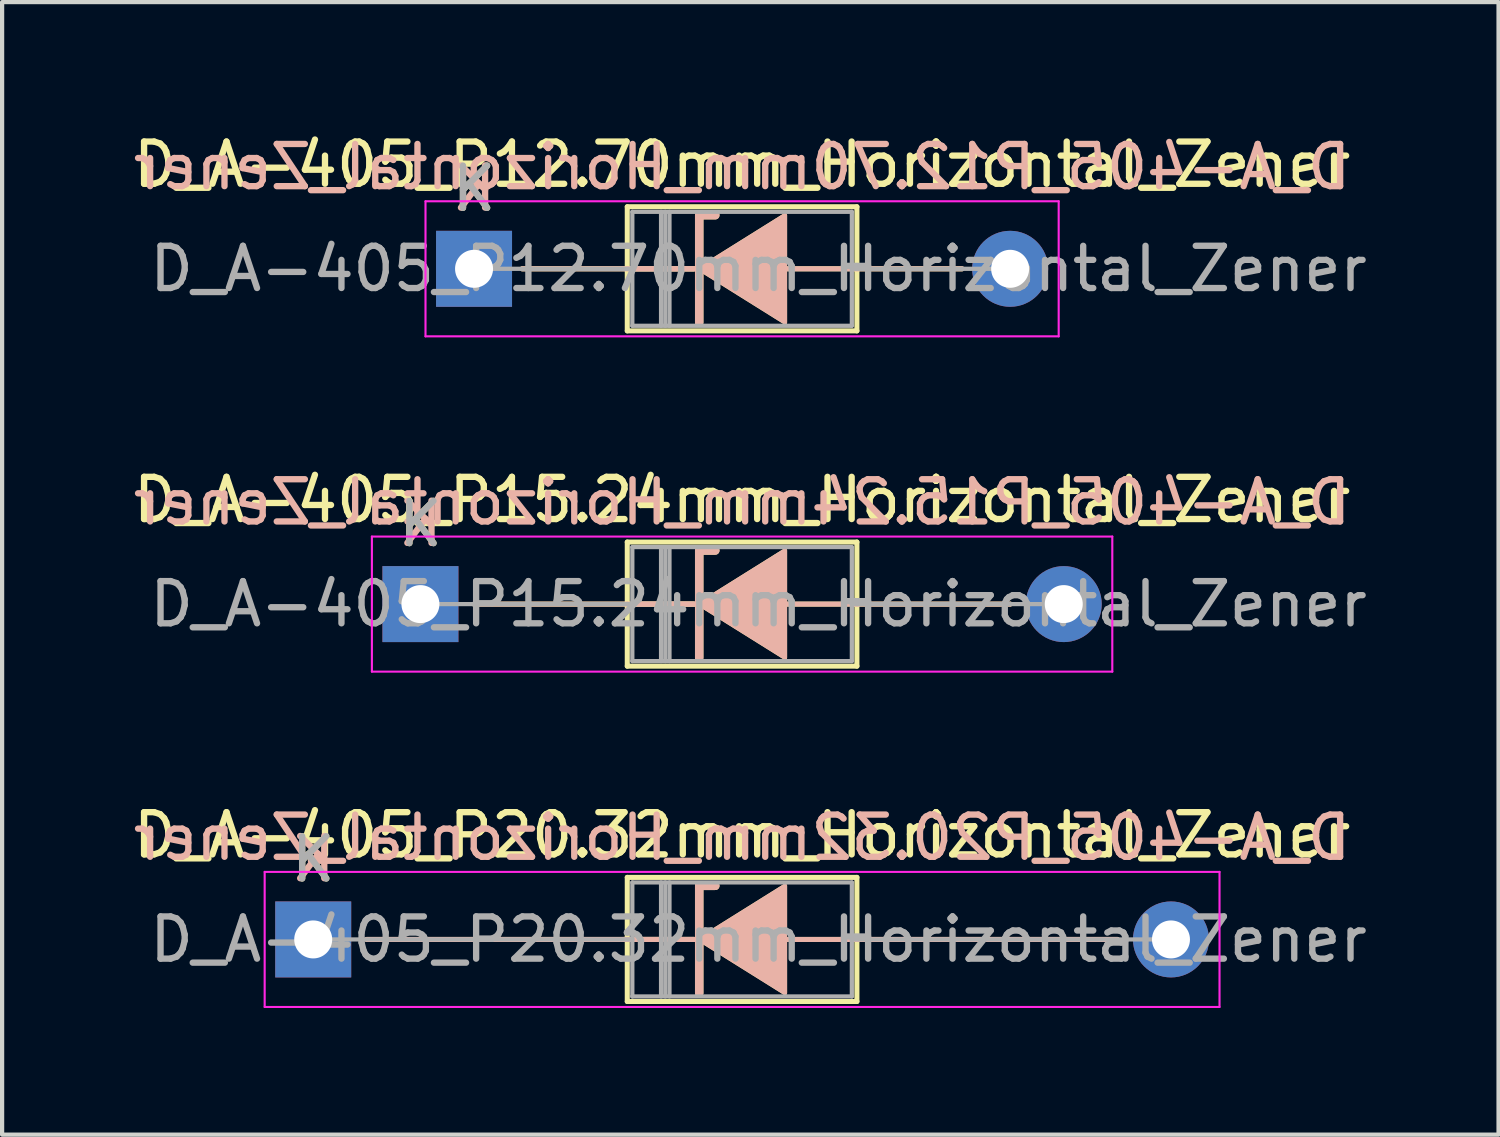
<source format=kicad_pcb>
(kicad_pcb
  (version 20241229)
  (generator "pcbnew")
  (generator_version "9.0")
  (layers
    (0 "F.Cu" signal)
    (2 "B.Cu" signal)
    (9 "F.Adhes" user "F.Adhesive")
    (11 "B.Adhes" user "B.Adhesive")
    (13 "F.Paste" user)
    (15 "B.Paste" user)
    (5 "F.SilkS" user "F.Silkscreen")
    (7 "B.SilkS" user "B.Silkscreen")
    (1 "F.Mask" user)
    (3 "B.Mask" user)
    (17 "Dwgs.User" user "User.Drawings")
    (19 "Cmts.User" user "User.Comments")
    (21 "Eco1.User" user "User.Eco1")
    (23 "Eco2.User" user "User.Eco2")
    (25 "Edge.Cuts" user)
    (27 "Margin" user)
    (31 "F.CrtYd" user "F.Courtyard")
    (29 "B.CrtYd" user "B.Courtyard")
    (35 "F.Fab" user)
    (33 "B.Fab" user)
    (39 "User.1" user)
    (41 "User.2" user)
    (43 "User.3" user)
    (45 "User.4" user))
  (footprint "D_A-405_P20.32mm_Horizontal_Zener"
    (layer "F.Cu")
    (at 4.37 19.205)
    (property "Reference" "D_A-405_P20.32mm_Horizontal_Zener" (at 10.16 -2.47 0) (layer "F.SilkS") (effects (font (size 1 1) (thickness 0.15))))
    (fp_line (start 1.27 0) (end 7.44 0) (stroke (width 0.12) (type solid)) (layer "F.SilkS"))
    (fp_line (start 7.44 -1.47) (end 7.44 1.47) (stroke (width 0.12) (type solid)) (layer "F.SilkS"))
    (fp_line (start 7.44 1.47) (end 12.88 1.47) (stroke (width 0.12) (type solid)) (layer "F.SilkS"))
    (fp_line (start 7.61 0) (end 9.144 0) (stroke (width 0.12) (type solid)) (layer "F.SilkS"))
    (fp_line (start 9.01 0) (end 7.366 0) (stroke (width 0.12) (type solid)) (layer "F.SilkS"))
    (fp_line (start 9.144 -1.27) (end 9.144 1.27) (stroke (width 0.2) (type solid)) (layer "F.SilkS"))
    (fp_line (start 9.144 -1.27) (end 9.525 -1.27) (stroke (width 0.2) (type solid)) (layer "F.SilkS"))
    (fp_line (start 12.88 -1.47) (end 7.44 -1.47) (stroke (width 0.12) (type solid)) (layer "F.SilkS"))
    (fp_line (start 12.88 0) (end 11.239 0) (stroke (width 0.12) (type solid)) (layer "F.SilkS"))
    (fp_line (start 12.88 1.47) (end 12.88 -1.47) (stroke (width 0.12) (type solid)) (layer "F.SilkS"))
    (fp_line (start 19.05 0) (end 12.88 0) (stroke (width 0.12) (type solid)) (layer "F.SilkS"))
    (fp_poly (pts (xy 11.176 1.27) (xy 9.144 0) (xy 11.176 -1.27)) (stroke (width 0.1) (type solid)) (fill yes) (layer "F.SilkS"))
    (fp_line (start 1.27 0) (end 7.44 0) (stroke (width 0.12) (type solid)) (layer "B.SilkS"))
    (fp_line (start 7.61 0) (end 9.144 0) (stroke (width 0.12) (type solid)) (layer "B.SilkS"))
    (fp_line (start 9.01 0) (end 7.366 0) (stroke (width 0.12) (type solid)) (layer "B.SilkS"))
    (fp_line (start 9.144 -1.27) (end 9.525 -1.27) (stroke (width 0.2) (type solid)) (layer "B.SilkS"))
    (fp_line (start 9.144 1.27) (end 9.144 -1.27) (stroke (width 0.2) (type solid)) (layer "B.SilkS"))
    (fp_line (start 12.88 0) (end 11.239 0) (stroke (width 0.12) (type solid)) (layer "B.SilkS"))
    (fp_line (start 19.05 0) (end 12.88 0) (stroke (width 0.12) (type solid)) (layer "B.SilkS"))
    (fp_poly (pts (xy 11.176 -1.27) (xy 9.144 0) (xy 11.176 1.27)) (stroke (width 0.1) (type solid)) (fill yes) (layer "B.SilkS"))
    (fp_line (start -1.15 -1.6) (end -1.15 1.6) (stroke (width 0.05) (type solid)) (layer "F.CrtYd"))
    (fp_line (start -1.15 1.6) (end 21.47 1.6) (stroke (width 0.05) (type solid)) (layer "F.CrtYd"))
    (fp_line (start 21.47 -1.6) (end -1.15 -1.6) (stroke (width 0.05) (type solid)) (layer "F.CrtYd"))
    (fp_line (start 21.47 1.6) (end 21.47 -1.6) (stroke (width 0.05) (type solid)) (layer "F.CrtYd"))
    (fp_line (start 0 0) (end 7.56 0) (stroke (width 0.1) (type solid)) (layer "F.Fab"))
    (fp_line (start 7.56 -1.35) (end 7.56 1.35) (stroke (width 0.1) (type solid)) (layer "F.Fab"))
    (fp_line (start 7.56 1.35) (end 12.76 1.35) (stroke (width 0.1) (type solid)) (layer "F.Fab"))
    (fp_line (start 8.24 -1.35) (end 8.24 1.35) (stroke (width 0.1) (type solid)) (layer "F.Fab"))
    (fp_line (start 8.34 -1.35) (end 8.34 1.35) (stroke (width 0.1) (type solid)) (layer "F.Fab"))
    (fp_line (start 8.44 -1.35) (end 8.44 1.35) (stroke (width 0.1) (type solid)) (layer "F.Fab"))
    (fp_line (start 12.76 -1.35) (end 7.56 -1.35) (stroke (width 0.1) (type solid)) (layer "F.Fab"))
    (fp_line (start 12.76 1.35) (end 12.76 -1.35) (stroke (width 0.1) (type solid)) (layer "F.Fab"))
    (fp_line (start 20.32 0) (end 12.76 0) (stroke (width 0.1) (type solid)) (layer "F.Fab"))
    (fp_text user "K" (at 0 -1.9 0) (layer "F.SilkS") (effects (font (size 1 1) (thickness 0.15))))
    (fp_text user "K" (at 0 -1.905 0) (layer "B.SilkS") (effects (font (size 1 1) (thickness 0.15)) (justify mirror)))
    (fp_text user "${REFERENCE}" (at 10.16 -2.413 0) (layer "B.SilkS") (effects (font (size 1 1) (thickness 0.15)) (justify mirror)))
    (fp_text user "K" (at 0 -1.9 0) (layer "F.Fab") (effects (font (size 1 1) (thickness 0.15))))
    (fp_text user "${REFERENCE}" (at 10.55 0 0) (layer "F.Fab") (effects (font (size 1 1) (thickness 0.15))))
    (pad "1" thru_hole rect (at 0 0) (size 1.8 1.8) (drill 0.9) (layers "*.Cu" "*.Mask"))
    (pad "2" thru_hole oval (at 20.32 0) (size 1.8 1.8) (drill 0.9) (layers "*.Cu" "*.Mask")))
  (footprint "D_A-405_P12.70mm_Horizontal_Zener"
    (layer "F.Cu")
    (at 8.18 3.318)
    (property "Reference" "D_A-405_P12.70mm_Horizontal_Zener" (at 6.35 -2.47 0) (layer "F.SilkS") (effects (font (size 1 1) (thickness 0.15))))
    (fp_line (start 1.14 0) (end 3.63 0) (stroke (width 0.12) (type solid)) (layer "F.SilkS"))
    (fp_line (start 3.63 -1.47) (end 3.63 1.47) (stroke (width 0.12) (type solid)) (layer "F.SilkS"))
    (fp_line (start 3.63 0) (end 5.2 0) (stroke (width 0.12) (type solid)) (layer "F.SilkS"))
    (fp_line (start 3.63 1.47) (end 9.07 1.47) (stroke (width 0.12) (type solid)) (layer "F.SilkS"))
    (fp_line (start 5.334 -1.27) (end 5.334 1.27) (stroke (width 0.2) (type solid)) (layer "F.SilkS"))
    (fp_line (start 5.334 -1.27) (end 5.715 -1.27) (stroke (width 0.2) (type solid)) (layer "F.SilkS"))
    (fp_line (start 5.334 0) (end 3.8 0) (stroke (width 0.12) (type solid)) (layer "F.SilkS"))
    (fp_line (start 9.07 -1.47) (end 3.63 -1.47) (stroke (width 0.12) (type solid)) (layer "F.SilkS"))
    (fp_line (start 9.07 0) (end 7.429 0) (stroke (width 0.12) (type solid)) (layer "F.SilkS"))
    (fp_line (start 9.07 1.47) (end 9.07 -1.47) (stroke (width 0.12) (type solid)) (layer "F.SilkS"))
    (fp_line (start 11.56 0) (end 9.07 0) (stroke (width 0.12) (type solid)) (layer "F.SilkS"))
    (fp_poly (pts (xy 7.366 1.27) (xy 5.334 0) (xy 7.366 -1.27)) (stroke (width 0.1) (type solid)) (fill yes) (layer "F.SilkS"))
    (fp_line (start 1.14 0) (end 3.63 0) (stroke (width 0.12) (type solid)) (layer "B.SilkS"))
    (fp_line (start 3.63 0) (end 5.2 0) (stroke (width 0.12) (type solid)) (layer "B.SilkS"))
    (fp_line (start 5.334 -1.27) (end 5.715 -1.27) (stroke (width 0.2) (type solid)) (layer "B.SilkS"))
    (fp_line (start 5.334 0) (end 3.8 0) (stroke (width 0.12) (type solid)) (layer "B.SilkS"))
    (fp_line (start 5.334 1.27) (end 5.334 -1.27) (stroke (width 0.2) (type solid)) (layer "B.SilkS"))
    (fp_line (start 9.07 0) (end 7.429 0) (stroke (width 0.12) (type solid)) (layer "B.SilkS"))
    (fp_line (start 11.56 0) (end 9.07 0) (stroke (width 0.12) (type solid)) (layer "B.SilkS"))
    (fp_poly (pts (xy 7.366 -1.27) (xy 5.334 0) (xy 7.366 1.27)) (stroke (width 0.1) (type solid)) (fill yes) (layer "B.SilkS"))
    (fp_line (start -1.15 -1.6) (end -1.15 1.6) (stroke (width 0.05) (type solid)) (layer "F.CrtYd"))
    (fp_line (start -1.15 1.6) (end 13.85 1.6) (stroke (width 0.05) (type solid)) (layer "F.CrtYd"))
    (fp_line (start 13.85 -1.6) (end -1.15 -1.6) (stroke (width 0.05) (type solid)) (layer "F.CrtYd"))
    (fp_line (start 13.85 1.6) (end 13.85 -1.6) (stroke (width 0.05) (type solid)) (layer "F.CrtYd"))
    (fp_line (start 0 0) (end 3.75 0) (stroke (width 0.1) (type solid)) (layer "F.Fab"))
    (fp_line (start 3.75 -1.35) (end 3.75 1.35) (stroke (width 0.1) (type solid)) (layer "F.Fab"))
    (fp_line (start 3.75 1.35) (end 8.95 1.35) (stroke (width 0.1) (type solid)) (layer "F.Fab"))
    (fp_line (start 4.43 -1.35) (end 4.43 1.35) (stroke (width 0.1) (type solid)) (layer "F.Fab"))
    (fp_line (start 4.53 -1.35) (end 4.53 1.35) (stroke (width 0.1) (type solid)) (layer "F.Fab"))
    (fp_line (start 4.63 -1.35) (end 4.63 1.35) (stroke (width 0.1) (type solid)) (layer "F.Fab"))
    (fp_line (start 8.95 -1.35) (end 3.75 -1.35) (stroke (width 0.1) (type solid)) (layer "F.Fab"))
    (fp_line (start 8.95 1.35) (end 8.95 -1.35) (stroke (width 0.1) (type solid)) (layer "F.Fab"))
    (fp_line (start 12.7 0) (end 8.95 0) (stroke (width 0.1) (type solid)) (layer "F.Fab"))
    (fp_text user "K" (at 0 -1.9 0) (layer "F.SilkS") (effects (font (size 1 1) (thickness 0.15))))
    (fp_text user "${REFERENCE}" (at 6.35 -2.413 0) (layer "B.SilkS") (effects (font (size 1 1) (thickness 0.15)) (justify mirror)))
    (fp_text user "K" (at 0 -1.905 0) (layer "B.SilkS") (effects (font (size 1 1) (thickness 0.15)) (justify mirror)))
    (fp_text user "${REFERENCE}" (at 6.74 0 0) (layer "F.Fab") (effects (font (size 1 1) (thickness 0.15))))
    (fp_text user "K" (at 0 -1.9 0) (layer "F.Fab") (effects (font (size 1 1) (thickness 0.15))))
    (pad "1" thru_hole rect (at 0 0) (size 1.8 1.8) (drill 0.9) (layers "*.Cu" "*.Mask"))
    (pad "2" thru_hole oval (at 12.7 0) (size 1.8 1.8) (drill 0.9) (layers "*.Cu" "*.Mask")))
  (footprint "D_A-405_P15.24mm_Horizontal_Zener"
    (layer "F.Cu")
    (at 6.91 11.261)
    (property "Reference" "D_A-405_P15.24mm_Horizontal_Zener" (at 7.62 -2.47 0) (layer "F.SilkS") (effects (font (size 1 1) (thickness 0.15))))
    (fp_line (start 1.27 0) (end 4.9 0) (stroke (width 0.12) (type solid)) (layer "F.SilkS"))
    (fp_line (start 4.9 -1.47) (end 4.9 1.47) (stroke (width 0.12) (type solid)) (layer "F.SilkS"))
    (fp_line (start 4.9 0) (end 6.604 0) (stroke (width 0.12) (type solid)) (layer "F.SilkS"))
    (fp_line (start 4.9 1.47) (end 10.34 1.47) (stroke (width 0.12) (type solid)) (layer "F.SilkS"))
    (fp_line (start 6.47 0) (end 5.07 0) (stroke (width 0.12) (type solid)) (layer "F.SilkS"))
    (fp_line (start 6.604 -1.27) (end 6.604 1.27) (stroke (width 0.2) (type solid)) (layer "F.SilkS"))
    (fp_line (start 6.604 -1.27) (end 6.985 -1.27) (stroke (width 0.2) (type solid)) (layer "F.SilkS"))
    (fp_line (start 10.34 -1.47) (end 4.9 -1.47) (stroke (width 0.12) (type solid)) (layer "F.SilkS"))
    (fp_line (start 10.34 0) (end 8.7 0) (stroke (width 0.12) (type solid)) (layer "F.SilkS"))
    (fp_line (start 10.34 1.47) (end 10.34 -1.47) (stroke (width 0.12) (type solid)) (layer "F.SilkS"))
    (fp_line (start 13.97 0) (end 10.34 0) (stroke (width 0.12) (type solid)) (layer "F.SilkS"))
    (fp_poly (pts (xy 8.636 1.27) (xy 6.604 0) (xy 8.636 -1.27)) (stroke (width 0.1) (type solid)) (fill yes) (layer "F.SilkS"))
    (fp_line (start 1.27 0) (end 4.9 0) (stroke (width 0.12) (type solid)) (layer "B.SilkS"))
    (fp_line (start 4.9 0) (end 6.604 0) (stroke (width 0.12) (type solid)) (layer "B.SilkS"))
    (fp_line (start 6.47 0) (end 5.07 0) (stroke (width 0.12) (type solid)) (layer "B.SilkS"))
    (fp_line (start 6.604 -1.27) (end 6.985 -1.27) (stroke (width 0.2) (type solid)) (layer "B.SilkS"))
    (fp_line (start 6.604 1.27) (end 6.604 -1.27) (stroke (width 0.2) (type solid)) (layer "B.SilkS"))
    (fp_line (start 10.34 0) (end 8.7 0) (stroke (width 0.12) (type solid)) (layer "B.SilkS"))
    (fp_line (start 13.97 0) (end 10.34 0) (stroke (width 0.12) (type solid)) (layer "B.SilkS"))
    (fp_poly (pts (xy 8.636 -1.27) (xy 6.604 0) (xy 8.636 1.27)) (stroke (width 0.1) (type solid)) (fill yes) (layer "B.SilkS"))
    (fp_line (start -1.15 -1.6) (end -1.15 1.6) (stroke (width 0.05) (type solid)) (layer "F.CrtYd"))
    (fp_line (start -1.15 1.6) (end 16.39 1.6) (stroke (width 0.05) (type solid)) (layer "F.CrtYd"))
    (fp_line (start 16.39 -1.6) (end -1.15 -1.6) (stroke (width 0.05) (type solid)) (layer "F.CrtYd"))
    (fp_line (start 16.39 1.6) (end 16.39 -1.6) (stroke (width 0.05) (type solid)) (layer "F.CrtYd"))
    (fp_line (start 0 0) (end 5.02 0) (stroke (width 0.1) (type solid)) (layer "F.Fab"))
    (fp_line (start 5.02 -1.35) (end 5.02 1.35) (stroke (width 0.1) (type solid)) (layer "F.Fab"))
    (fp_line (start 5.02 1.35) (end 10.22 1.35) (stroke (width 0.1) (type solid)) (layer "F.Fab"))
    (fp_line (start 5.7 -1.35) (end 5.7 1.35) (stroke (width 0.1) (type solid)) (layer "F.Fab"))
    (fp_line (start 5.8 -1.35) (end 5.8 1.35) (stroke (width 0.1) (type solid)) (layer "F.Fab"))
    (fp_line (start 5.9 -1.35) (end 5.9 1.35) (stroke (width 0.1) (type solid)) (layer "F.Fab"))
    (fp_line (start 10.22 -1.35) (end 5.02 -1.35) (stroke (width 0.1) (type solid)) (layer "F.Fab"))
    (fp_line (start 10.22 1.35) (end 10.22 -1.35) (stroke (width 0.1) (type solid)) (layer "F.Fab"))
    (fp_line (start 15.24 0) (end 10.22 0) (stroke (width 0.1) (type solid)) (layer "F.Fab"))
    (fp_text user "K" (at 0 -1.9 0) (layer "F.SilkS") (effects (font (size 1 1) (thickness 0.15))))
    (fp_text user "${REFERENCE}" (at 7.62 -2.413 0) (layer "B.SilkS") (effects (font (size 1 1) (thickness 0.15)) (justify mirror)))
    (fp_text user "K" (at 0 -1.905 0) (layer "B.SilkS") (effects (font (size 1 1) (thickness 0.15)) (justify mirror)))
    (fp_text user "${REFERENCE}" (at 8.01 0 0) (layer "F.Fab") (effects (font (size 1 1) (thickness 0.15))))
    (fp_text user "K" (at 0 -1.9 0) (layer "F.Fab") (effects (font (size 1 1) (thickness 0.15))))
    (pad "1" thru_hole rect (at 0 0) (size 1.8 1.8) (drill 0.9) (layers "*.Cu" "*.Mask"))
    (pad "2" thru_hole oval (at 15.24 0) (size 1.8 1.8) (drill 0.9) (layers "*.Cu" "*.Mask")))
  (gr_rect
    (start -3 -3)
    (end 32.45 23.83)
    (stroke (width 0.1) (type default))
    (fill no)
    (layer "Edge.Cuts")))
</source>
